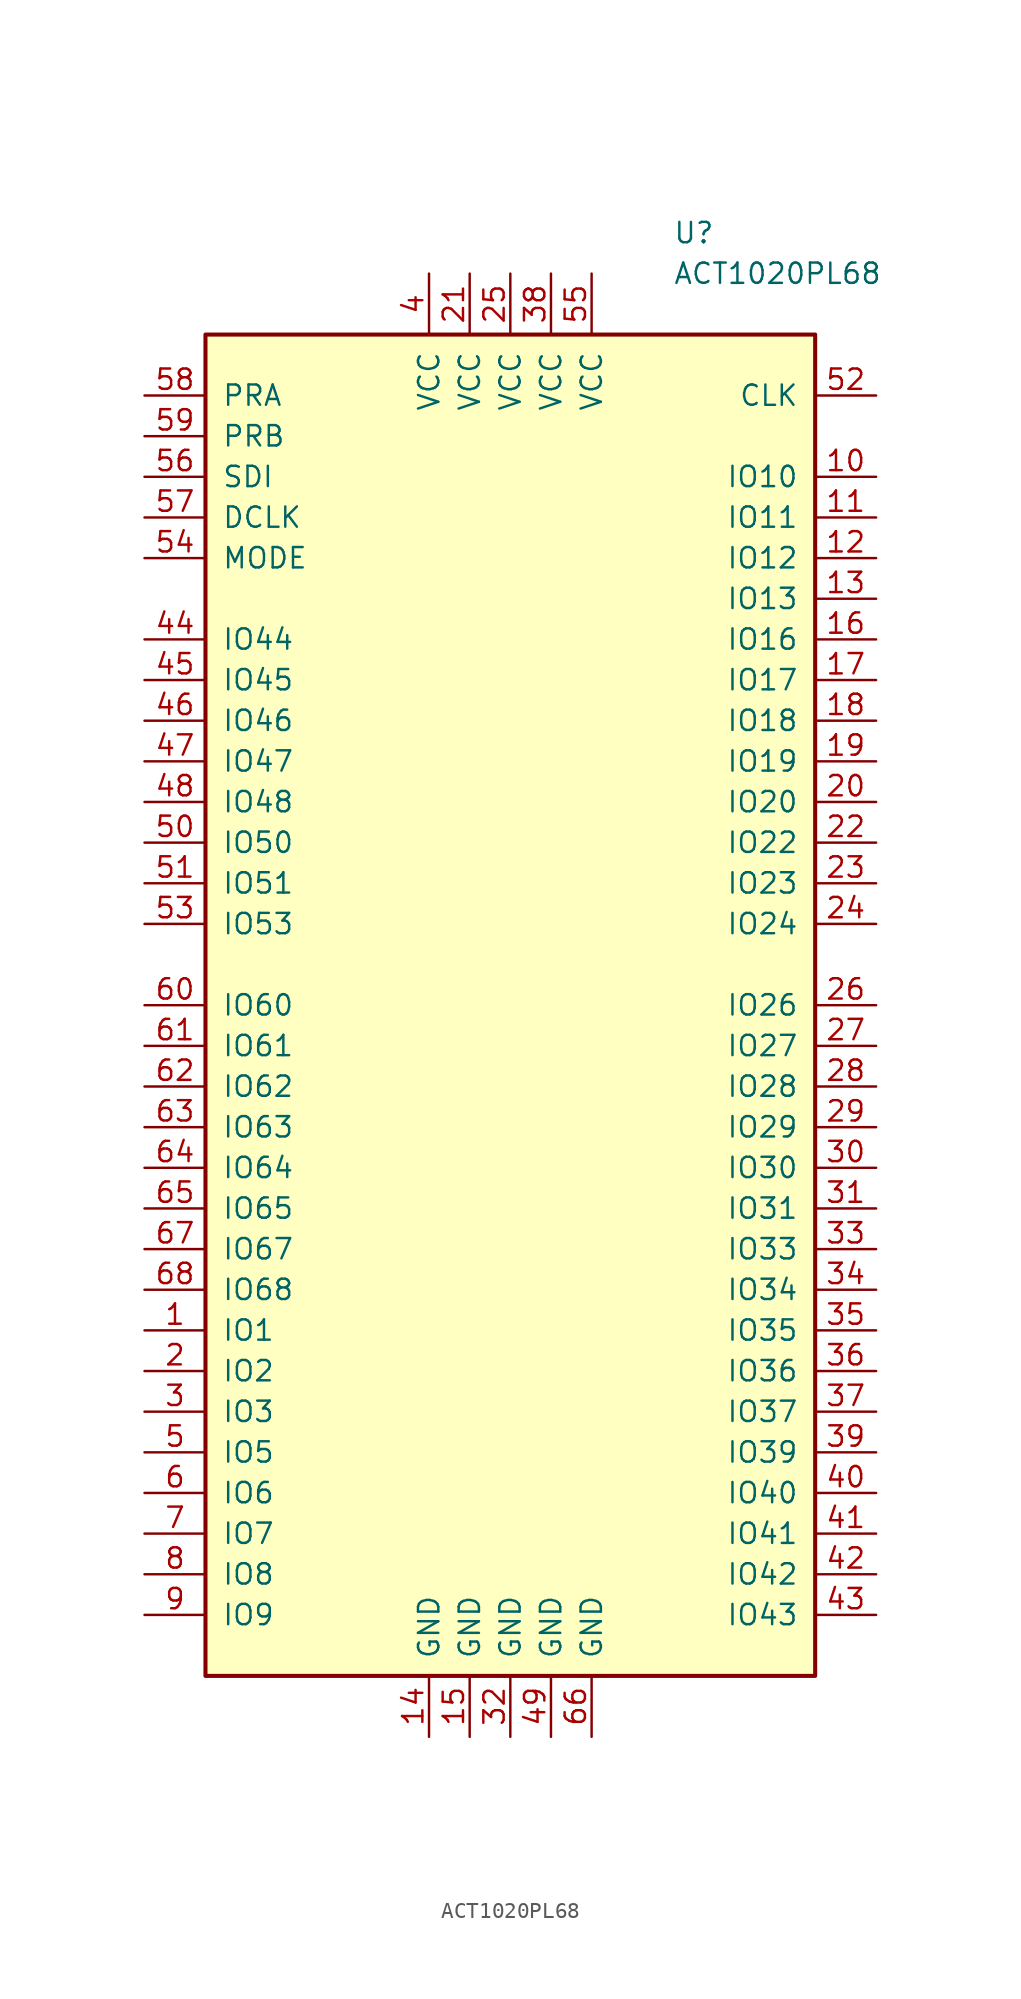
<source format=kicad_sym>
(kicad_symbol_lib
  (version 20211014)
  (generator kicad_symbol_editor)
  (symbol "ACT1020PL68"
    (pin_names
      (offset 1.016))
    (property "Reference" "U"
      (at 10.16 48.26 0)
      (effects (font (size 1.27 1.27)) (justify left)))
    (property "Value" "ACT1020PL68"
      (at 10.16 45.72 0)
      (effects (font (size 1.27 1.27)) (justify left)))
    (symbol "ACT1020PL68_0_1"
      (rectangle (start -19.05 -41.91) (end 19.05 41.91) (stroke (width 0.254) (type default) (color 0 0 0 0)) (fill (type background))))
    (symbol "ACT1020PL68_1_1"
      (pin input line (at -22.86 -20.32 0) (length 3.81) (name "IO1" (effects (font (size 1.27 1.27)))) (number "1" (effects (font (size 1.27 1.27)))))
      (pin input line (at 22.86 33.02 180) (length 3.81) (name "IO10" (effects (font (size 1.27 1.27)))) (number "10" (effects (font (size 1.27 1.27)))))
      (pin input line (at 22.86 30.48 180) (length 3.81) (name "IO11" (effects (font (size 1.27 1.27)))) (number "11" (effects (font (size 1.27 1.27)))))
      (pin input line (at 22.86 27.94 180) (length 3.81) (name "IO12" (effects (font (size 1.27 1.27)))) (number "12" (effects (font (size 1.27 1.27)))))
      (pin input line (at 22.86 25.4 180) (length 3.81) (name "IO13" (effects (font (size 1.27 1.27)))) (number "13" (effects (font (size 1.27 1.27)))))
      (pin power_in line (at -5.08 -45.72 90) (length 3.81) (name "GND" (effects (font (size 1.27 1.27)))) (number "14" (effects (font (size 1.27 1.27)))))
      (pin power_in line (at -2.54 -45.72 90) (length 3.81) (name "GND" (effects (font (size 1.27 1.27)))) (number "15" (effects (font (size 1.27 1.27)))))
      (pin input line (at 22.86 22.86 180) (length 3.81) (name "IO16" (effects (font (size 1.27 1.27)))) (number "16" (effects (font (size 1.27 1.27)))))
      (pin input line (at 22.86 20.32 180) (length 3.81) (name "IO17" (effects (font (size 1.27 1.27)))) (number "17" (effects (font (size 1.27 1.27)))))
      (pin input line (at 22.86 17.78 180) (length 3.81) (name "IO18" (effects (font (size 1.27 1.27)))) (number "18" (effects (font (size 1.27 1.27)))))
      (pin input line (at 22.86 15.24 180) (length 3.81) (name "IO19" (effects (font (size 1.27 1.27)))) (number "19" (effects (font (size 1.27 1.27)))))
      (pin input line (at -22.86 -22.86 0) (length 3.81) (name "IO2" (effects (font (size 1.27 1.27)))) (number "2" (effects (font (size 1.27 1.27)))))
      (pin input line (at 22.86 12.7 180) (length 3.81) (name "IO20" (effects (font (size 1.27 1.27)))) (number "20" (effects (font (size 1.27 1.27)))))
      (pin power_in line (at -2.54 45.72 270) (length 3.81) (name "VCC" (effects (font (size 1.27 1.27)))) (number "21" (effects (font (size 1.27 1.27)))))
      (pin input line (at 22.86 10.16 180) (length 3.81) (name "IO22" (effects (font (size 1.27 1.27)))) (number "22" (effects (font (size 1.27 1.27)))))
      (pin input line (at 22.86 7.62 180) (length 3.81) (name "IO23" (effects (font (size 1.27 1.27)))) (number "23" (effects (font (size 1.27 1.27)))))
      (pin input line (at 22.86 5.08 180) (length 3.81) (name "IO24" (effects (font (size 1.27 1.27)))) (number "24" (effects (font (size 1.27 1.27)))))
      (pin power_in line (at 0 45.72 270) (length 3.81) (name "VCC" (effects (font (size 1.27 1.27)))) (number "25" (effects (font (size 1.27 1.27)))))
      (pin input line (at 22.86 0 180) (length 3.81) (name "IO26" (effects (font (size 1.27 1.27)))) (number "26" (effects (font (size 1.27 1.27)))))
      (pin input line (at 22.86 -2.54 180) (length 3.81) (name "IO27" (effects (font (size 1.27 1.27)))) (number "27" (effects (font (size 1.27 1.27)))))
      (pin input line (at 22.86 -5.08 180) (length 3.81) (name "IO28" (effects (font (size 1.27 1.27)))) (number "28" (effects (font (size 1.27 1.27)))))
      (pin input line (at 22.86 -7.62 180) (length 3.81) (name "IO29" (effects (font (size 1.27 1.27)))) (number "29" (effects (font (size 1.27 1.27)))))
      (pin input line (at -22.86 -25.4 0) (length 3.81) (name "IO3" (effects (font (size 1.27 1.27)))) (number "3" (effects (font (size 1.27 1.27)))))
      (pin input line (at 22.86 -10.16 180) (length 3.81) (name "IO30" (effects (font (size 1.27 1.27)))) (number "30" (effects (font (size 1.27 1.27)))))
      (pin input line (at 22.86 -12.7 180) (length 3.81) (name "IO31" (effects (font (size 1.27 1.27)))) (number "31" (effects (font (size 1.27 1.27)))))
      (pin power_in line (at 0 -45.72 90) (length 3.81) (name "GND" (effects (font (size 1.27 1.27)))) (number "32" (effects (font (size 1.27 1.27)))))
      (pin input line (at 22.86 -15.24 180) (length 3.81) (name "IO33" (effects (font (size 1.27 1.27)))) (number "33" (effects (font (size 1.27 1.27)))))
      (pin input line (at 22.86 -17.78 180) (length 3.81) (name "IO34" (effects (font (size 1.27 1.27)))) (number "34" (effects (font (size 1.27 1.27)))))
      (pin input line (at 22.86 -20.32 180) (length 3.81) (name "IO35" (effects (font (size 1.27 1.27)))) (number "35" (effects (font (size 1.27 1.27)))))
      (pin input line (at 22.86 -22.86 180) (length 3.81) (name "IO36" (effects (font (size 1.27 1.27)))) (number "36" (effects (font (size 1.27 1.27)))))
      (pin input line (at 22.86 -25.4 180) (length 3.81) (name "IO37" (effects (font (size 1.27 1.27)))) (number "37" (effects (font (size 1.27 1.27)))))
      (pin power_in line (at 2.54 45.72 270) (length 3.81) (name "VCC" (effects (font (size 1.27 1.27)))) (number "38" (effects (font (size 1.27 1.27)))))
      (pin input line (at 22.86 -27.94 180) (length 3.81) (name "IO39" (effects (font (size 1.27 1.27)))) (number "39" (effects (font (size 1.27 1.27)))))
      (pin power_in line (at -5.08 45.72 270) (length 3.81) (name "VCC" (effects (font (size 1.27 1.27)))) (number "4" (effects (font (size 1.27 1.27)))))
      (pin input line (at 22.86 -30.48 180) (length 3.81) (name "IO40" (effects (font (size 1.27 1.27)))) (number "40" (effects (font (size 1.27 1.27)))))
      (pin input line (at 22.86 -33.02 180) (length 3.81) (name "IO41" (effects (font (size 1.27 1.27)))) (number "41" (effects (font (size 1.27 1.27)))))
      (pin input line (at 22.86 -35.56 180) (length 3.81) (name "IO42" (effects (font (size 1.27 1.27)))) (number "42" (effects (font (size 1.27 1.27)))))
      (pin input line (at 22.86 -38.1 180) (length 3.81) (name "IO43" (effects (font (size 1.27 1.27)))) (number "43" (effects (font (size 1.27 1.27)))))
      (pin input line (at -22.86 22.86 0) (length 3.81) (name "IO44" (effects (font (size 1.27 1.27)))) (number "44" (effects (font (size 1.27 1.27)))))
      (pin input line (at -22.86 20.32 0) (length 3.81) (name "IO45" (effects (font (size 1.27 1.27)))) (number "45" (effects (font (size 1.27 1.27)))))
      (pin input line (at -22.86 17.78 0) (length 3.81) (name "IO46" (effects (font (size 1.27 1.27)))) (number "46" (effects (font (size 1.27 1.27)))))
      (pin input line (at -22.86 15.24 0) (length 3.81) (name "IO47" (effects (font (size 1.27 1.27)))) (number "47" (effects (font (size 1.27 1.27)))))
      (pin input line (at -22.86 12.7 0) (length 3.81) (name "IO48" (effects (font (size 1.27 1.27)))) (number "48" (effects (font (size 1.27 1.27)))))
      (pin power_in line (at 2.54 -45.72 90) (length 3.81) (name "GND" (effects (font (size 1.27 1.27)))) (number "49" (effects (font (size 1.27 1.27)))))
      (pin input line (at -22.86 -27.94 0) (length 3.81) (name "IO5" (effects (font (size 1.27 1.27)))) (number "5" (effects (font (size 1.27 1.27)))))
      (pin input line (at -22.86 10.16 0) (length 3.81) (name "IO50" (effects (font (size 1.27 1.27)))) (number "50" (effects (font (size 1.27 1.27)))))
      (pin input line (at -22.86 7.62 0) (length 3.81) (name "IO51" (effects (font (size 1.27 1.27)))) (number "51" (effects (font (size 1.27 1.27)))))
      (pin input line (at 22.86 38.1 180) (length 3.81) (name "CLK" (effects (font (size 1.27 1.27)))) (number "52" (effects (font (size 1.27 1.27)))))
      (pin input line (at -22.86 5.08 0) (length 3.81) (name "IO53" (effects (font (size 1.27 1.27)))) (number "53" (effects (font (size 1.27 1.27)))))
      (pin input line (at -22.86 27.94 0) (length 3.81) (name "MODE" (effects (font (size 1.27 1.27)))) (number "54" (effects (font (size 1.27 1.27)))))
      (pin power_in line (at 5.08 45.72 270) (length 3.81) (name "VCC" (effects (font (size 1.27 1.27)))) (number "55" (effects (font (size 1.27 1.27)))))
      (pin input line (at -22.86 33.02 0) (length 3.81) (name "SDI" (effects (font (size 1.27 1.27)))) (number "56" (effects (font (size 1.27 1.27)))))
      (pin input line (at -22.86 30.48 0) (length 3.81) (name "DCLK" (effects (font (size 1.27 1.27)))) (number "57" (effects (font (size 1.27 1.27)))))
      (pin input line (at -22.86 38.1 0) (length 3.81) (name "PRA" (effects (font (size 1.27 1.27)))) (number "58" (effects (font (size 1.27 1.27)))))
      (pin input line (at -22.86 35.56 0) (length 3.81) (name "PRB" (effects (font (size 1.27 1.27)))) (number "59" (effects (font (size 1.27 1.27)))))
      (pin input line (at -22.86 -30.48 0) (length 3.81) (name "IO6" (effects (font (size 1.27 1.27)))) (number "6" (effects (font (size 1.27 1.27)))))
      (pin input line (at -22.86 0 0) (length 3.81) (name "IO60" (effects (font (size 1.27 1.27)))) (number "60" (effects (font (size 1.27 1.27)))))
      (pin input line (at -22.86 -2.54 0) (length 3.81) (name "IO61" (effects (font (size 1.27 1.27)))) (number "61" (effects (font (size 1.27 1.27)))))
      (pin input line (at -22.86 -5.08 0) (length 3.81) (name "IO62" (effects (font (size 1.27 1.27)))) (number "62" (effects (font (size 1.27 1.27)))))
      (pin input line (at -22.86 -7.62 0) (length 3.81) (name "IO63" (effects (font (size 1.27 1.27)))) (number "63" (effects (font (size 1.27 1.27)))))
      (pin input line (at -22.86 -10.16 0) (length 3.81) (name "IO64" (effects (font (size 1.27 1.27)))) (number "64" (effects (font (size 1.27 1.27)))))
      (pin input line (at -22.86 -12.7 0) (length 3.81) (name "IO65" (effects (font (size 1.27 1.27)))) (number "65" (effects (font (size 1.27 1.27)))))
      (pin power_in line (at 5.08 -45.72 90) (length 3.81) (name "GND" (effects (font (size 1.27 1.27)))) (number "66" (effects (font (size 1.27 1.27)))))
      (pin input line (at -22.86 -15.24 0) (length 3.81) (name "IO67" (effects (font (size 1.27 1.27)))) (number "67" (effects (font (size 1.27 1.27)))))
      (pin input line (at -22.86 -17.78 0) (length 3.81) (name "IO68" (effects (font (size 1.27 1.27)))) (number "68" (effects (font (size 1.27 1.27)))))
      (pin input line (at -22.86 -33.02 0) (length 3.81) (name "IO7" (effects (font (size 1.27 1.27)))) (number "7" (effects (font (size 1.27 1.27)))))
      (pin input line (at -22.86 -35.56 0) (length 3.81) (name "IO8" (effects (font (size 1.27 1.27)))) (number "8" (effects (font (size 1.27 1.27)))))
      (pin input line (at -22.86 -38.1 0) (length 3.81) (name "IO9" (effects (font (size 1.27 1.27)))) (number "9" (effects (font (size 1.27 1.27))))))))
</source>
